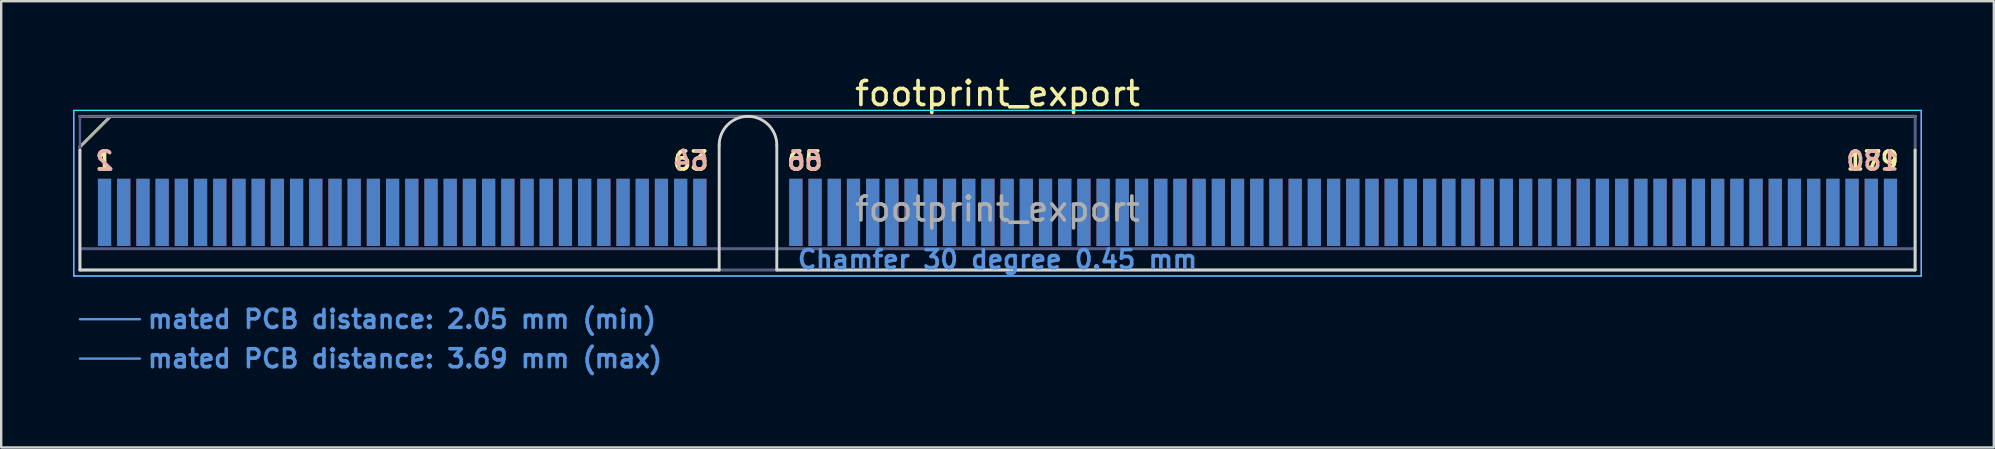
<source format=kicad_pcb>
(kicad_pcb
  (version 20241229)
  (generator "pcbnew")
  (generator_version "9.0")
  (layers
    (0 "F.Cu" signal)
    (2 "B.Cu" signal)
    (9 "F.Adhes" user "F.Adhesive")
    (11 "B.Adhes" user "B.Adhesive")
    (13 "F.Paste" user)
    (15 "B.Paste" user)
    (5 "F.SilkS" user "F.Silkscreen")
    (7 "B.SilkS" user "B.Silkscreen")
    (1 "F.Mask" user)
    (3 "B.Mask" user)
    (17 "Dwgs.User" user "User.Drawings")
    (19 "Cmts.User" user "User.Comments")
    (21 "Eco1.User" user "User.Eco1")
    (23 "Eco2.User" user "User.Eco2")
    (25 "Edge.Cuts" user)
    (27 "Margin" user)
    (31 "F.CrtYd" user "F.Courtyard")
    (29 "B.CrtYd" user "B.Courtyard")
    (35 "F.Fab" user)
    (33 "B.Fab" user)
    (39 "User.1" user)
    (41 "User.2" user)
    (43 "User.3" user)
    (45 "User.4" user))
  (footprint "footprint_export"
    (layer "F.Cu")
    (at 38.505 8.198)
    (property "Reference" "footprint_export" (at 0 -7.35 0) (layer "F.SilkS") (effects (font (size 1 1) (thickness 0.15))))
    (attr exclude_from_pos_files exclude_from_bom)
    (fp_line (start -38.225 -5.13) (end -36.955 -6.4) (stroke (width 0.12) (type solid)) (layer "F.SilkS"))
    (fp_line (start -36.955 -6.4) (end 38.225 -6.4) (stroke (width 0.12) (type solid)) (layer "F.SilkS"))
    (fp_line (start -38.225 -6.4) (end -38.225 -6.4) (stroke (width 0.12) (type solid)) (layer "B.SilkS"))
    (fp_line (start -38.225 -6.4) (end 38.225 -6.4) (stroke (width 0.12) (type solid)) (layer "B.SilkS"))
    (fp_line (start -38.225 2.05) (end -35.725 2.05) (stroke (width 0.1) (type solid)) (layer "Cmts.User"))
    (fp_line (start -38.225 3.69) (end -35.725 3.69) (stroke (width 0.1) (type solid)) (layer "Cmts.User"))
    (fp_line (start -38.225 -5) (end -38.225 0) (stroke (width 0.12) (type solid)) (layer "Edge.Cuts"))
    (fp_line (start -38.225 0) (end -11.595 0) (stroke (width 0.12) (type solid)) (layer "Edge.Cuts"))
    (fp_line (start -11.595 0) (end -11.595 -5.2) (stroke (width 0.12) (type solid)) (layer "Edge.Cuts"))
    (fp_line (start -9.195 -5.2) (end -9.195 0) (stroke (width 0.12) (type solid)) (layer "Edge.Cuts"))
    (fp_line (start -9.195 0) (end 38.225 0) (stroke (width 0.12) (type solid)) (layer "Edge.Cuts"))
    (fp_line (start 38.225 0) (end 38.225 -5) (stroke (width 0.12) (type solid)) (layer "Edge.Cuts"))
    (fp_arc (start -11.595 -5.2) (mid -10.395 -6.4) (end -9.195 -5.2) (stroke (width 0.12) (type solid)) (layer "Edge.Cuts"))
    (fp_line (start -38.48 -6.65) (end -38.48 0.25) (stroke (width 0.05) (type solid)) (layer "B.CrtYd"))
    (fp_line (start -38.48 0.25) (end 38.48 0.25) (stroke (width 0.05) (type solid)) (layer "B.CrtYd"))
    (fp_line (start 38.48 -6.65) (end -38.48 -6.65) (stroke (width 0.05) (type solid)) (layer "B.CrtYd"))
    (fp_line (start 38.48 0.25) (end 38.48 -6.65) (stroke (width 0.05) (type solid)) (layer "B.CrtYd"))
    (fp_line (start -38.48 -6.65) (end -38.48 0.25) (stroke (width 0.05) (type solid)) (layer "F.CrtYd"))
    (fp_line (start -38.48 0.25) (end 38.48 0.25) (stroke (width 0.05) (type solid)) (layer "F.CrtYd"))
    (fp_line (start 38.48 -6.65) (end -38.48 -6.65) (stroke (width 0.05) (type solid)) (layer "F.CrtYd"))
    (fp_line (start 38.48 0.25) (end 38.48 -6.65) (stroke (width 0.05) (type solid)) (layer "F.CrtYd"))
    (fp_line (start -38.225 -6.4) (end -38.225 -6.4) (stroke (width 0.1) (type solid)) (layer "B.Fab"))
    (fp_line (start -38.225 -6.4) (end -38.225 0) (stroke (width 0.1) (type solid)) (layer "B.Fab"))
    (fp_line (start -38.225 -6.4) (end 38.225 -6.4) (stroke (width 0.1) (type solid)) (layer "B.Fab"))
    (fp_line (start -38.225 -0.88) (end 38.225 -0.88) (stroke (width 0.1) (type solid)) (layer "B.Fab"))
    (fp_line (start -38.225 0) (end 38.225 0) (stroke (width 0.1) (type solid)) (layer "B.Fab"))
    (fp_line (start 38.225 -6.4) (end 38.225 0) (stroke (width 0.1) (type solid)) (layer "B.Fab"))
    (fp_line (start -38.225 -5.13) (end -38.225 0) (stroke (width 0.1) (type solid)) (layer "F.Fab"))
    (fp_line (start -38.225 -5.13) (end -36.955 -6.4) (stroke (width 0.1) (type solid)) (layer "F.Fab"))
    (fp_line (start -38.225 -0.88) (end 38.225 -0.88) (stroke (width 0.1) (type solid)) (layer "F.Fab"))
    (fp_line (start -38.225 0) (end 38.225 0) (stroke (width 0.1) (type solid)) (layer "F.Fab"))
    (fp_line (start -36.955 -6.4) (end 38.225 -6.4) (stroke (width 0.1) (type solid)) (layer "F.Fab"))
    (fp_line (start 38.225 -6.4) (end 38.225 0) (stroke (width 0.1) (type solid)) (layer "F.Fab"))
    (fp_text user "63" (at -12.775 -4.55 0) (layer "F.SilkS") (effects (font (size 0.75 0.75) (thickness 0.15))))
    (fp_text user "1" (at -37.2 -4.55 0) (layer "F.SilkS") (effects (font (size 0.75 0.75) (thickness 0.15))))
    (fp_text user "179" (at 36.45 -4.55 0) (layer "F.SilkS") (effects (font (size 0.75 0.75) (thickness 0.15))))
    (fp_text user "65" (at -8.025 -4.55 0) (layer "F.SilkS") (effects (font (size 0.75 0.75) (thickness 0.15))))
    (fp_text user "66" (at -8.025 -4.55 0) (layer "B.SilkS") (effects (font (size 0.75 0.75) (thickness 0.15)) (justify mirror)))
    (fp_text user "64" (at -12.775 -4.55 0) (layer "B.SilkS") (effects (font (size 0.75 0.75) (thickness 0.15)) (justify mirror)))
    (fp_text user "180" (at 36.45 -4.55 0) (layer "B.SilkS") (effects (font (size 0.75 0.75) (thickness 0.15)) (justify mirror)))
    (fp_text user "2" (at -37.2 -4.55 0) (layer "B.SilkS") (effects (font (size 0.75 0.75) (thickness 0.15)) (justify mirror)))
    (fp_text user "mated PCB distance: 2.05 mm (min)" (at -35.48 2.05 0) (layer "Cmts.User") (effects (font (size 0.75 0.75) (thickness 0.15)) (justify left)))
    (fp_text user "Chamfer 30 degree 0.45 mm" (at 0 -0.44 0) (layer "Cmts.User") (effects (font (size 0.75 0.75) (thickness 0.15))))
    (fp_text user "mated PCB distance: 3.69 mm (max)" (at -35.48 3.69 0) (layer "Cmts.User") (effects (font (size 0.75 0.75) (thickness 0.15)) (justify left)))
    (fp_text user "${REFERENCE}" (at 0 -2.54 0) (layer "F.Fab") (effects (font (size 1 1) (thickness 0.15))))
    (pad "1" connect rect (at -37.2 -2.4) (size 0.55 2.8) (layers "F.Cu" "F.Mask"))
    (pad "2" connect rect (at -37.2 -2.4) (size 0.55 2.8) (layers "B.Cu" "B.Mask"))
    (pad "3" connect rect (at -36.4 -2.4) (size 0.55 2.8) (layers "F.Cu" "F.Mask"))
    (pad "4" connect rect (at -36.4 -2.4) (size 0.55 2.8) (layers "B.Cu" "B.Mask"))
    (pad "5" connect rect (at -35.6 -2.4) (size 0.55 2.8) (layers "F.Cu" "F.Mask"))
    (pad "6" connect rect (at -35.6 -2.4) (size 0.55 2.8) (layers "B.Cu" "B.Mask"))
    (pad "7" connect rect (at -34.8 -2.4) (size 0.55 2.8) (layers "F.Cu" "F.Mask"))
    (pad "8" connect rect (at -34.8 -2.4) (size 0.55 2.8) (layers "B.Cu" "B.Mask"))
    (pad "9" connect rect (at -34 -2.4) (size 0.55 2.8) (layers "F.Cu" "F.Mask"))
    (pad "10" connect rect (at -34 -2.4) (size 0.55 2.8) (layers "B.Cu" "B.Mask"))
    (pad "11" connect rect (at -33.2 -2.4) (size 0.55 2.8) (layers "F.Cu" "F.Mask"))
    (pad "12" connect rect (at -33.2 -2.4) (size 0.55 2.8) (layers "B.Cu" "B.Mask"))
    (pad "13" connect rect (at -32.4 -2.4) (size 0.55 2.8) (layers "F.Cu" "F.Mask"))
    (pad "14" connect rect (at -32.4 -2.4) (size 0.55 2.8) (layers "B.Cu" "B.Mask"))
    (pad "15" connect rect (at -31.6 -2.4) (size 0.55 2.8) (layers "F.Cu" "F.Mask"))
    (pad "16" connect rect (at -31.6 -2.4) (size 0.55 2.8) (layers "B.Cu" "B.Mask"))
    (pad "17" connect rect (at -30.8 -2.4) (size 0.55 2.8) (layers "F.Cu" "F.Mask"))
    (pad "18" connect rect (at -30.8 -2.4) (size 0.55 2.8) (layers "B.Cu" "B.Mask"))
    (pad "19" connect rect (at -30 -2.4) (size 0.55 2.8) (layers "F.Cu" "F.Mask"))
    (pad "20" connect rect (at -30 -2.4) (size 0.55 2.8) (layers "B.Cu" "B.Mask"))
    (pad "21" connect rect (at -29.2 -2.4) (size 0.55 2.8) (layers "F.Cu" "F.Mask"))
    (pad "22" connect rect (at -29.2 -2.4) (size 0.55 2.8) (layers "B.Cu" "B.Mask"))
    (pad "23" connect rect (at -28.4 -2.4) (size 0.55 2.8) (layers "F.Cu" "F.Mask"))
    (pad "24" connect rect (at -28.4 -2.4) (size 0.55 2.8) (layers "B.Cu" "B.Mask"))
    (pad "25" connect rect (at -27.6 -2.4) (size 0.55 2.8) (layers "F.Cu" "F.Mask"))
    (pad "26" connect rect (at -27.6 -2.4) (size 0.55 2.8) (layers "B.Cu" "B.Mask"))
    (pad "27" connect rect (at -26.8 -2.4) (size 0.55 2.8) (layers "F.Cu" "F.Mask"))
    (pad "28" connect rect (at -26.8 -2.4) (size 0.55 2.8) (layers "B.Cu" "B.Mask"))
    (pad "29" connect rect (at -26 -2.4) (size 0.55 2.8) (layers "F.Cu" "F.Mask"))
    (pad "30" connect rect (at -26 -2.4) (size 0.55 2.8) (layers "B.Cu" "B.Mask"))
    (pad "31" connect rect (at -25.2 -2.4) (size 0.55 2.8) (layers "F.Cu" "F.Mask"))
    (pad "32" connect rect (at -25.2 -2.4) (size 0.55 2.8) (layers "B.Cu" "B.Mask"))
    (pad "33" connect rect (at -24.4 -2.4) (size 0.55 2.8) (layers "F.Cu" "F.Mask"))
    (pad "34" connect rect (at -24.4 -2.4) (size 0.55 2.8) (layers "B.Cu" "B.Mask"))
    (pad "35" connect rect (at -23.6 -2.4) (size 0.55 2.8) (layers "F.Cu" "F.Mask"))
    (pad "36" connect rect (at -23.6 -2.4) (size 0.55 2.8) (layers "B.Cu" "B.Mask"))
    (pad "37" connect rect (at -22.8 -2.4) (size 0.55 2.8) (layers "F.Cu" "F.Mask"))
    (pad "38" connect rect (at -22.8 -2.4) (size 0.55 2.8) (layers "B.Cu" "B.Mask"))
    (pad "39" connect rect (at -22 -2.4) (size 0.55 2.8) (layers "F.Cu" "F.Mask"))
    (pad "40" connect rect (at -22 -2.4) (size 0.55 2.8) (layers "B.Cu" "B.Mask"))
    (pad "41" connect rect (at -21.2 -2.4) (size 0.55 2.8) (layers "F.Cu" "F.Mask"))
    (pad "42" connect rect (at -21.2 -2.4) (size 0.55 2.8) (layers "B.Cu" "B.Mask"))
    (pad "43" connect rect (at -20.4 -2.4) (size 0.55 2.8) (layers "F.Cu" "F.Mask"))
    (pad "44" connect rect (at -20.4 -2.4) (size 0.55 2.8) (layers "B.Cu" "B.Mask"))
    (pad "45" connect rect (at -19.6 -2.4) (size 0.55 2.8) (layers "F.Cu" "F.Mask"))
    (pad "46" connect rect (at -19.6 -2.4) (size 0.55 2.8) (layers "B.Cu" "B.Mask"))
    (pad "47" connect rect (at -18.8 -2.4) (size 0.55 2.8) (layers "F.Cu" "F.Mask"))
    (pad "48" connect rect (at -18.8 -2.4) (size 0.55 2.8) (layers "B.Cu" "B.Mask"))
    (pad "49" connect rect (at -18 -2.4) (size 0.55 2.8) (layers "F.Cu" "F.Mask"))
    (pad "50" connect rect (at -18 -2.4) (size 0.55 2.8) (layers "B.Cu" "B.Mask"))
    (pad "51" connect rect (at -17.2 -2.4) (size 0.55 2.8) (layers "F.Cu" "F.Mask"))
    (pad "52" connect rect (at -17.2 -2.4) (size 0.55 2.8) (layers "B.Cu" "B.Mask"))
    (pad "53" connect rect (at -16.4 -2.4) (size 0.55 2.8) (layers "F.Cu" "F.Mask"))
    (pad "54" connect rect (at -16.4 -2.4) (size 0.55 2.8) (layers "B.Cu" "B.Mask"))
    (pad "55" connect rect (at -15.6 -2.4) (size 0.55 2.8) (layers "F.Cu" "F.Mask"))
    (pad "56" connect rect (at -15.6 -2.4) (size 0.55 2.8) (layers "B.Cu" "B.Mask"))
    (pad "57" connect rect (at -14.8 -2.4) (size 0.55 2.8) (layers "F.Cu" "F.Mask"))
    (pad "58" connect rect (at -14.8 -2.4) (size 0.55 2.8) (layers "B.Cu" "B.Mask"))
    (pad "59" connect rect (at -14 -2.4) (size 0.55 2.8) (layers "F.Cu" "F.Mask"))
    (pad "60" connect rect (at -14 -2.4) (size 0.55 2.8) (layers "B.Cu" "B.Mask"))
    (pad "61" connect rect (at -13.2 -2.4) (size 0.55 2.8) (layers "F.Cu" "F.Mask"))
    (pad "62" connect rect (at -13.2 -2.4) (size 0.55 2.8) (layers "B.Cu" "B.Mask"))
    (pad "63" connect rect (at -12.4 -2.4) (size 0.55 2.8) (layers "F.Cu" "F.Mask"))
    (pad "64" connect rect (at -12.4 -2.4) (size 0.55 2.8) (layers "B.Cu" "B.Mask"))
    (pad "65" connect rect (at -8.4 -2.4) (size 0.55 2.8) (layers "F.Cu" "F.Mask"))
    (pad "66" connect rect (at -8.4 -2.4) (size 0.55 2.8) (layers "B.Cu" "B.Mask"))
    (pad "67" connect rect (at -7.6 -2.4) (size 0.55 2.8) (layers "F.Cu" "F.Mask"))
    (pad "68" connect rect (at -7.6 -2.4) (size 0.55 2.8) (layers "B.Cu" "B.Mask"))
    (pad "69" connect rect (at -6.8 -2.4) (size 0.55 2.8) (layers "F.Cu" "F.Mask"))
    (pad "70" connect rect (at -6.8 -2.4) (size 0.55 2.8) (layers "B.Cu" "B.Mask"))
    (pad "71" connect rect (at -6 -2.4) (size 0.55 2.8) (layers "F.Cu" "F.Mask"))
    (pad "72" connect rect (at -6 -2.4) (size 0.55 2.8) (layers "B.Cu" "B.Mask"))
    (pad "73" connect rect (at -5.2 -2.4) (size 0.55 2.8) (layers "F.Cu" "F.Mask"))
    (pad "74" connect rect (at -5.2 -2.4) (size 0.55 2.8) (layers "B.Cu" "B.Mask"))
    (pad "75" connect rect (at -4.4 -2.4) (size 0.55 2.8) (layers "F.Cu" "F.Mask"))
    (pad "76" connect rect (at -4.4 -2.4) (size 0.55 2.8) (layers "B.Cu" "B.Mask"))
    (pad "77" connect rect (at -3.6 -2.4) (size 0.55 2.8) (layers "F.Cu" "F.Mask"))
    (pad "78" connect rect (at -3.6 -2.4) (size 0.55 2.8) (layers "B.Cu" "B.Mask"))
    (pad "79" connect rect (at -2.8 -2.4) (size 0.55 2.8) (layers "F.Cu" "F.Mask"))
    (pad "80" connect rect (at -2.8 -2.4) (size 0.55 2.8) (layers "B.Cu" "B.Mask"))
    (pad "81" connect rect (at -2 -2.4) (size 0.55 2.8) (layers "F.Cu" "F.Mask"))
    (pad "82" connect rect (at -2 -2.4) (size 0.55 2.8) (layers "B.Cu" "B.Mask"))
    (pad "83" connect rect (at -1.2 -2.4) (size 0.55 2.8) (layers "F.Cu" "F.Mask"))
    (pad "84" connect rect (at -1.2 -2.4) (size 0.55 2.8) (layers "B.Cu" "B.Mask"))
    (pad "85" connect rect (at -0.4 -2.4) (size 0.55 2.8) (layers "F.Cu" "F.Mask"))
    (pad "86" connect rect (at -0.4 -2.4) (size 0.55 2.8) (layers "B.Cu" "B.Mask"))
    (pad "87" connect rect (at 0.4 -2.4) (size 0.55 2.8) (layers "F.Cu" "F.Mask"))
    (pad "88" connect rect (at 0.4 -2.4) (size 0.55 2.8) (layers "B.Cu" "B.Mask"))
    (pad "89" connect rect (at 1.2 -2.4) (size 0.55 2.8) (layers "F.Cu" "F.Mask"))
    (pad "90" connect rect (at 1.2 -2.4) (size 0.55 2.8) (layers "B.Cu" "B.Mask"))
    (pad "91" connect rect (at 2 -2.4) (size 0.55 2.8) (layers "F.Cu" "F.Mask"))
    (pad "92" connect rect (at 2 -2.4) (size 0.55 2.8) (layers "B.Cu" "B.Mask"))
    (pad "93" connect rect (at 2.8 -2.4) (size 0.55 2.8) (layers "F.Cu" "F.Mask"))
    (pad "94" connect rect (at 2.8 -2.4) (size 0.55 2.8) (layers "B.Cu" "B.Mask"))
    (pad "95" connect rect (at 3.6 -2.4) (size 0.55 2.8) (layers "F.Cu" "F.Mask"))
    (pad "96" connect rect (at 3.6 -2.4) (size 0.55 2.8) (layers "B.Cu" "B.Mask"))
    (pad "97" connect rect (at 4.4 -2.4) (size 0.55 2.8) (layers "F.Cu" "F.Mask"))
    (pad "98" connect rect (at 4.4 -2.4) (size 0.55 2.8) (layers "B.Cu" "B.Mask"))
    (pad "99" connect rect (at 5.2 -2.4) (size 0.55 2.8) (layers "F.Cu" "F.Mask"))
    (pad "100" connect rect (at 5.2 -2.4) (size 0.55 2.8) (layers "B.Cu" "B.Mask"))
    (pad "101" connect rect (at 6 -2.4) (size 0.55 2.8) (layers "F.Cu" "F.Mask"))
    (pad "102" connect rect (at 6 -2.4) (size 0.55 2.8) (layers "B.Cu" "B.Mask"))
    (pad "103" connect rect (at 6.8 -2.4) (size 0.55 2.8) (layers "F.Cu" "F.Mask"))
    (pad "104" connect rect (at 6.8 -2.4) (size 0.55 2.8) (layers "B.Cu" "B.Mask"))
    (pad "105" connect rect (at 7.6 -2.4) (size 0.55 2.8) (layers "F.Cu" "F.Mask"))
    (pad "106" connect rect (at 7.6 -2.4) (size 0.55 2.8) (layers "B.Cu" "B.Mask"))
    (pad "107" connect rect (at 8.4 -2.4) (size 0.55 2.8) (layers "F.Cu" "F.Mask"))
    (pad "108" connect rect (at 8.4 -2.4) (size 0.55 2.8) (layers "B.Cu" "B.Mask"))
    (pad "109" connect rect (at 9.2 -2.4) (size 0.55 2.8) (layers "F.Cu" "F.Mask"))
    (pad "110" connect rect (at 9.2 -2.4) (size 0.55 2.8) (layers "B.Cu" "B.Mask"))
    (pad "111" connect rect (at 10 -2.4) (size 0.55 2.8) (layers "F.Cu" "F.Mask"))
    (pad "112" connect rect (at 10 -2.4) (size 0.55 2.8) (layers "B.Cu" "B.Mask"))
    (pad "113" connect rect (at 10.8 -2.4) (size 0.55 2.8) (layers "F.Cu" "F.Mask"))
    (pad "114" connect rect (at 10.8 -2.4) (size 0.55 2.8) (layers "B.Cu" "B.Mask"))
    (pad "115" connect rect (at 11.6 -2.4) (size 0.55 2.8) (layers "F.Cu" "F.Mask"))
    (pad "116" connect rect (at 11.6 -2.4) (size 0.55 2.8) (layers "B.Cu" "B.Mask"))
    (pad "117" connect rect (at 12.4 -2.4) (size 0.55 2.8) (layers "F.Cu" "F.Mask"))
    (pad "118" connect rect (at 12.4 -2.4) (size 0.55 2.8) (layers "B.Cu" "B.Mask"))
    (pad "119" connect rect (at 13.2 -2.4) (size 0.55 2.8) (layers "F.Cu" "F.Mask"))
    (pad "120" connect rect (at 13.2 -2.4) (size 0.55 2.8) (layers "B.Cu" "B.Mask"))
    (pad "121" connect rect (at 14 -2.4) (size 0.55 2.8) (layers "F.Cu" "F.Mask"))
    (pad "122" connect rect (at 14 -2.4) (size 0.55 2.8) (layers "B.Cu" "B.Mask"))
    (pad "123" connect rect (at 14.8 -2.4) (size 0.55 2.8) (layers "F.Cu" "F.Mask"))
    (pad "124" connect rect (at 14.8 -2.4) (size 0.55 2.8) (layers "B.Cu" "B.Mask"))
    (pad "125" connect rect (at 15.6 -2.4) (size 0.55 2.8) (layers "F.Cu" "F.Mask"))
    (pad "126" connect rect (at 15.6 -2.4) (size 0.55 2.8) (layers "B.Cu" "B.Mask"))
    (pad "127" connect rect (at 16.4 -2.4) (size 0.55 2.8) (layers "F.Cu" "F.Mask"))
    (pad "128" connect rect (at 16.4 -2.4) (size 0.55 2.8) (layers "B.Cu" "B.Mask"))
    (pad "129" connect rect (at 17.2 -2.4) (size 0.55 2.8) (layers "F.Cu" "F.Mask"))
    (pad "130" connect rect (at 17.2 -2.4) (size 0.55 2.8) (layers "B.Cu" "B.Mask"))
    (pad "131" connect rect (at 18 -2.4) (size 0.55 2.8) (layers "F.Cu" "F.Mask"))
    (pad "132" connect rect (at 18 -2.4) (size 0.55 2.8) (layers "B.Cu" "B.Mask"))
    (pad "133" connect rect (at 18.8 -2.4) (size 0.55 2.8) (layers "F.Cu" "F.Mask"))
    (pad "134" connect rect (at 18.8 -2.4) (size 0.55 2.8) (layers "B.Cu" "B.Mask"))
    (pad "135" connect rect (at 19.6 -2.4) (size 0.55 2.8) (layers "F.Cu" "F.Mask"))
    (pad "136" connect rect (at 19.6 -2.4) (size 0.55 2.8) (layers "B.Cu" "B.Mask"))
    (pad "137" connect rect (at 20.4 -2.4) (size 0.55 2.8) (layers "F.Cu" "F.Mask"))
    (pad "138" connect rect (at 20.4 -2.4) (size 0.55 2.8) (layers "B.Cu" "B.Mask"))
    (pad "139" connect rect (at 21.2 -2.4) (size 0.55 2.8) (layers "F.Cu" "F.Mask"))
    (pad "140" connect rect (at 21.2 -2.4) (size 0.55 2.8) (layers "B.Cu" "B.Mask"))
    (pad "141" connect rect (at 22 -2.4) (size 0.55 2.8) (layers "F.Cu" "F.Mask"))
    (pad "142" connect rect (at 22 -2.4) (size 0.55 2.8) (layers "B.Cu" "B.Mask"))
    (pad "143" connect rect (at 22.8 -2.4) (size 0.55 2.8) (layers "F.Cu" "F.Mask"))
    (pad "144" connect rect (at 22.8 -2.4) (size 0.55 2.8) (layers "B.Cu" "B.Mask"))
    (pad "145" connect rect (at 23.6 -2.4) (size 0.55 2.8) (layers "F.Cu" "F.Mask"))
    (pad "146" connect rect (at 23.6 -2.4) (size 0.55 2.8) (layers "B.Cu" "B.Mask"))
    (pad "147" connect rect (at 24.4 -2.4) (size 0.55 2.8) (layers "F.Cu" "F.Mask"))
    (pad "148" connect rect (at 24.4 -2.4) (size 0.55 2.8) (layers "B.Cu" "B.Mask"))
    (pad "149" connect rect (at 25.2 -2.4) (size 0.55 2.8) (layers "F.Cu" "F.Mask"))
    (pad "150" connect rect (at 25.2 -2.4) (size 0.55 2.8) (layers "B.Cu" "B.Mask"))
    (pad "151" connect rect (at 26 -2.4) (size 0.55 2.8) (layers "F.Cu" "F.Mask"))
    (pad "152" connect rect (at 26 -2.4) (size 0.55 2.8) (layers "B.Cu" "B.Mask"))
    (pad "153" connect rect (at 26.8 -2.4) (size 0.55 2.8) (layers "F.Cu" "F.Mask"))
    (pad "154" connect rect (at 26.8 -2.4) (size 0.55 2.8) (layers "B.Cu" "B.Mask"))
    (pad "155" connect rect (at 27.6 -2.4) (size 0.55 2.8) (layers "F.Cu" "F.Mask"))
    (pad "156" connect rect (at 27.6 -2.4) (size 0.55 2.8) (layers "B.Cu" "B.Mask"))
    (pad "157" connect rect (at 28.4 -2.4) (size 0.55 2.8) (layers "F.Cu" "F.Mask"))
    (pad "158" connect rect (at 28.4 -2.4) (size 0.55 2.8) (layers "B.Cu" "B.Mask"))
    (pad "159" connect rect (at 29.2 -2.4) (size 0.55 2.8) (layers "F.Cu" "F.Mask"))
    (pad "160" connect rect (at 29.2 -2.4) (size 0.55 2.8) (layers "B.Cu" "B.Mask"))
    (pad "161" connect rect (at 30 -2.4) (size 0.55 2.8) (layers "F.Cu" "F.Mask"))
    (pad "162" connect rect (at 30 -2.4) (size 0.55 2.8) (layers "B.Cu" "B.Mask"))
    (pad "163" connect rect (at 30.8 -2.4) (size 0.55 2.8) (layers "F.Cu" "F.Mask"))
    (pad "164" connect rect (at 30.8 -2.4) (size 0.55 2.8) (layers "B.Cu" "B.Mask"))
    (pad "165" connect rect (at 31.6 -2.4) (size 0.55 2.8) (layers "F.Cu" "F.Mask"))
    (pad "166" connect rect (at 31.6 -2.4) (size 0.55 2.8) (layers "B.Cu" "B.Mask"))
    (pad "167" connect rect (at 32.4 -2.4) (size 0.55 2.8) (layers "F.Cu" "F.Mask"))
    (pad "168" connect rect (at 32.4 -2.4) (size 0.55 2.8) (layers "B.Cu" "B.Mask"))
    (pad "169" connect rect (at 33.2 -2.4) (size 0.55 2.8) (layers "F.Cu" "F.Mask"))
    (pad "170" connect rect (at 33.2 -2.4) (size 0.55 2.8) (layers "B.Cu" "B.Mask"))
    (pad "171" connect rect (at 34 -2.4) (size 0.55 2.8) (layers "F.Cu" "F.Mask"))
    (pad "172" connect rect (at 34 -2.4) (size 0.55 2.8) (layers "B.Cu" "B.Mask"))
    (pad "173" connect rect (at 34.8 -2.4) (size 0.55 2.8) (layers "F.Cu" "F.Mask"))
    (pad "174" connect rect (at 34.8 -2.4) (size 0.55 2.8) (layers "B.Cu" "B.Mask"))
    (pad "175" connect rect (at 35.6 -2.4) (size 0.55 2.8) (layers "F.Cu" "F.Mask"))
    (pad "176" connect rect (at 35.6 -2.4) (size 0.55 2.8) (layers "B.Cu" "B.Mask"))
    (pad "177" connect rect (at 36.4 -2.4) (size 0.55 2.8) (layers "F.Cu" "F.Mask"))
    (pad "178" connect rect (at 36.4 -2.4) (size 0.55 2.8) (layers "B.Cu" "B.Mask"))
    (pad "179" connect rect (at 37.2 -2.4) (size 0.55 2.8) (layers "F.Cu" "F.Mask"))
    (pad "180" connect rect (at 37.2 -2.4) (size 0.55 2.8) (layers "B.Cu" "B.Mask")))
  (gr_rect
    (start -3 -3)
    (end 80.01 15.59)
    (stroke (width 0.1) (type default))
    (fill no)
    (layer "Edge.Cuts")))
</source>
